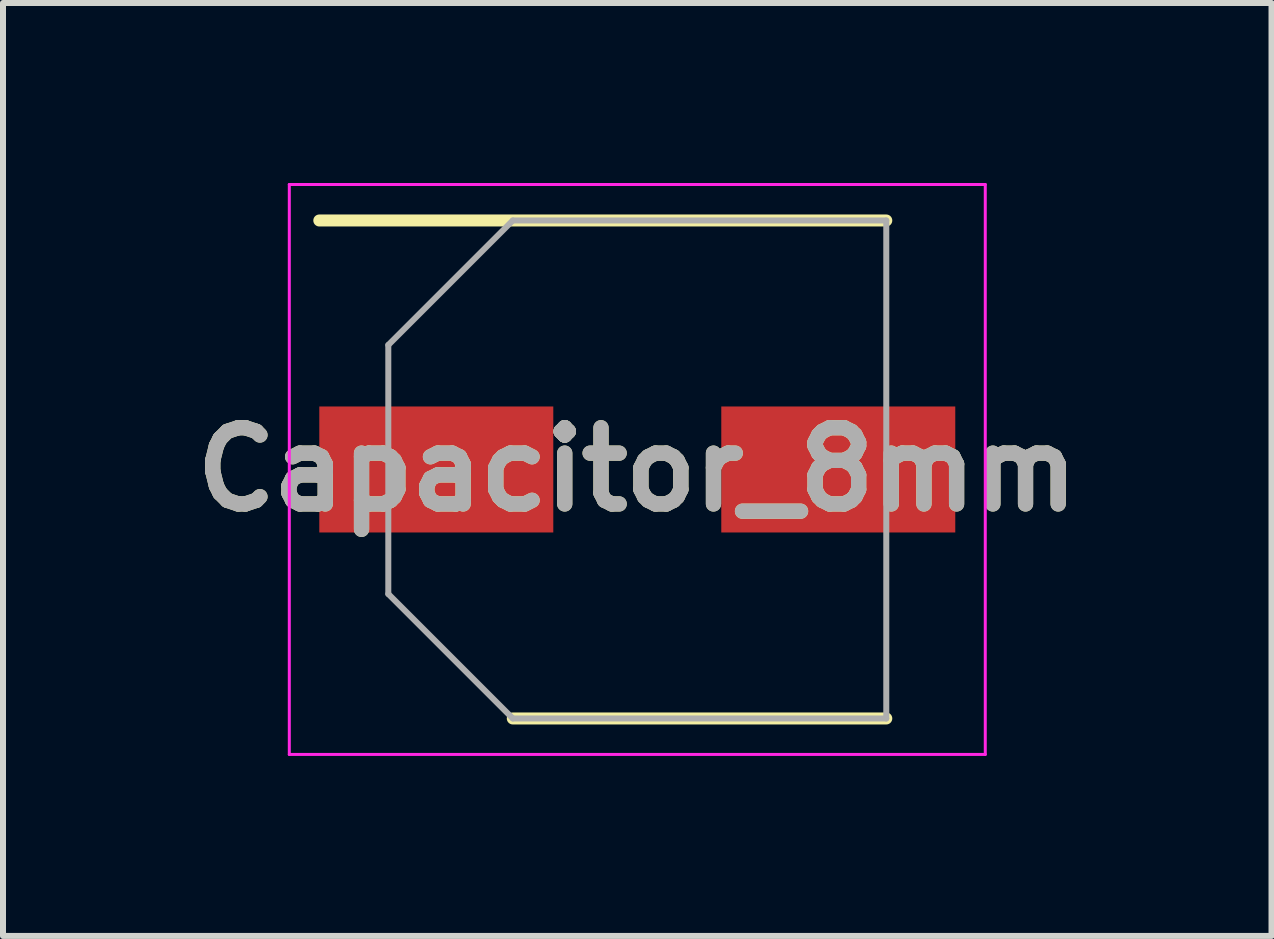
<source format=kicad_pcb>
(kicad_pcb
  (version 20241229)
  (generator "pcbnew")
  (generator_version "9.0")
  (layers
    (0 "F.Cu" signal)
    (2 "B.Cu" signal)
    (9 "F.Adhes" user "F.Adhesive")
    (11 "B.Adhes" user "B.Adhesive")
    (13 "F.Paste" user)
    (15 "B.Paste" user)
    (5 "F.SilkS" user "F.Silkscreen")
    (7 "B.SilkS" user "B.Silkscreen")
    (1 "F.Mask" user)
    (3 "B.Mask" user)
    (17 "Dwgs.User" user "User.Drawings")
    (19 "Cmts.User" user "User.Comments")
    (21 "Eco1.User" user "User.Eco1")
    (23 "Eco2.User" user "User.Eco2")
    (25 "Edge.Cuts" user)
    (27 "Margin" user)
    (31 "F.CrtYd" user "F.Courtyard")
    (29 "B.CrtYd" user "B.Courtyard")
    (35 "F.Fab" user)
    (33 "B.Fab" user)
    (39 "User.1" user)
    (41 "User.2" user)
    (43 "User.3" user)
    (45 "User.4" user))
  (footprint "Capacitor_8mm"
    (layer "F.Cu")
    (at 7.572 4.775)
    (property "Reference" "Capacitor_8mm" (at 0 0 0) (layer "F.SilkS") (effects (font (size 1.27 1.27) (thickness 0.254))))
    (attr smd)
    (fp_line (start -5.3 -4.15) (end 4.15 -4.15) (stroke (width 0.2) (type solid)) (layer "F.SilkS"))
    (fp_line (start -2.075 4.15) (end 4.15 4.15) (stroke (width 0.2) (type solid)) (layer "F.SilkS"))
    (fp_line (start -5.8 -4.75) (end 5.8 -4.75) (stroke (width 0.05) (type solid)) (layer "F.CrtYd"))
    (fp_line (start -5.8 4.75) (end -5.8 -4.75) (stroke (width 0.05) (type solid)) (layer "F.CrtYd"))
    (fp_line (start 5.8 -4.75) (end 5.8 4.75) (stroke (width 0.05) (type solid)) (layer "F.CrtYd"))
    (fp_line (start 5.8 4.75) (end -5.8 4.75) (stroke (width 0.05) (type solid)) (layer "F.CrtYd"))
    (fp_line (start -4.15 -2.075) (end -4.15 2.075) (stroke (width 0.1) (type solid)) (layer "F.Fab"))
    (fp_line (start -4.15 2.075) (end -2.075 4.15) (stroke (width 0.1) (type solid)) (layer "F.Fab"))
    (fp_line (start -2.075 -4.15) (end -4.15 -2.075) (stroke (width 0.1) (type solid)) (layer "F.Fab"))
    (fp_line (start -2.075 4.15) (end 4.15 4.15) (stroke (width 0.1) (type solid)) (layer "F.Fab"))
    (fp_line (start 4.15 -4.15) (end -2.075 -4.15) (stroke (width 0.1) (type solid)) (layer "F.Fab"))
    (fp_line (start 4.15 4.15) (end 4.15 -4.15) (stroke (width 0.1) (type solid)) (layer "F.Fab"))
    (fp_text user "${REFERENCE}" (at 0 0 0) (layer "F.Fab") (effects (font (size 1.27 1.27) (thickness 0.254))))
    (pad "1" smd rect (at -3.35 0 90) (size 2.1 3.9) (layers "F.Cu" "F.Mask" "F.Paste"))
    (pad "2" smd rect (at 3.35 0 90) (size 2.1 3.9) (layers "F.Cu" "F.Mask" "F.Paste")))
  (gr_rect
    (start -3 -3)
    (end 18.143 12.55)
    (stroke (width 0.1) (type default))
    (fill no)
    (layer "Edge.Cuts")))
</source>
